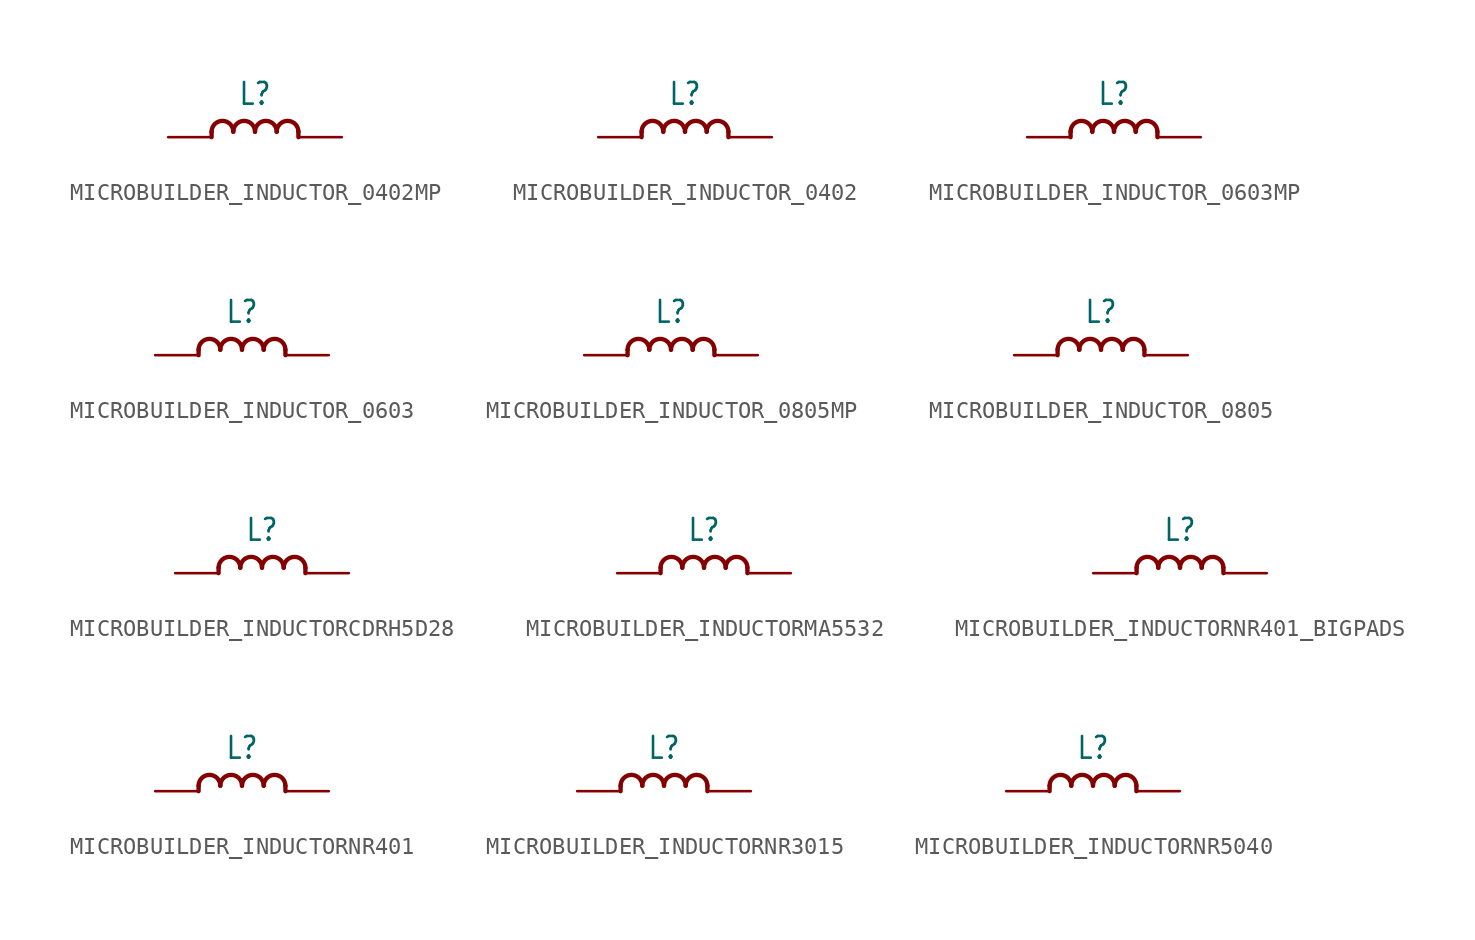
<source format=kicad_sym>
(kicad_symbol_lib
  (version 20220914)
  (generator kicad_symbol_editor)
  (symbol "MICROBUILDER_INDUCTOR_0402MP"
    (property "Reference" "L"
      (at 0 2.54 0)
      (effects (font (size 1.27 1.079))))
    (property "Value" ""
      (at 0 -1.54 0)
      (effects (font (size 1.27 1.079))))
    (property "ki_locked" ""
      (at 0 0 0)
      (effects (font (size 1.27 1.27))))
    (symbol "MICROBUILDER_INDUCTOR_0402MP_1_0"
      (arc (start -1.27 0.3173) (mid -1.9049 0.9497) (end -2.54 0.3175) (stroke (width 0.254) (type solid)) (fill (type none)))
      (polyline (pts (xy -2.54 0.318) (xy -2.54 0)) (stroke (width 0.254) (type solid)) (fill (type none)))
      (polyline (pts (xy 2.54 0.318) (xy 2.54 0)) (stroke (width 0.254) (type solid)) (fill (type none)))
      (arc (start 0 0.3173) (mid -0.6349 0.9497) (end -1.27 0.3175) (stroke (width 0.254) (type solid)) (fill (type none)))
      (arc (start 1.27 0.3173) (mid 0.6351 0.9497) (end 0 0.3175) (stroke (width 0.254) (type solid)) (fill (type none)))
      (arc (start 2.54 0.3173) (mid 1.9051 0.9497) (end 1.27 0.3175) (stroke (width 0.254) (type solid)) (fill (type none)))
      (pin passive line (at -5.08 0 0) (length 2.54) (name "1" (effects (font (size 0 0)))) (number "1" (effects (font (size 0 0)))))
      (pin passive line (at 5.08 0 180) (length 2.54) (name "2" (effects (font (size 0 0)))) (number "2" (effects (font (size 0 0)))))))
  (symbol "MICROBUILDER_INDUCTOR_0402"
    (property "Reference" "L"
      (at 0 2.54 0)
      (effects (font (size 1.27 1.079))))
    (property "Value" ""
      (at 0 -1.54 0)
      (effects (font (size 1.27 1.079))))
    (property "ki_locked" ""
      (at 0 0 0)
      (effects (font (size 1.27 1.27))))
    (symbol "MICROBUILDER_INDUCTOR_0402_1_0"
      (arc (start -1.27 0.3173) (mid -1.9049 0.9497) (end -2.54 0.3175) (stroke (width 0.254) (type solid)) (fill (type none)))
      (polyline (pts (xy -2.54 0.318) (xy -2.54 0)) (stroke (width 0.254) (type solid)) (fill (type none)))
      (polyline (pts (xy 2.54 0.318) (xy 2.54 0)) (stroke (width 0.254) (type solid)) (fill (type none)))
      (arc (start 0 0.3173) (mid -0.6349 0.9497) (end -1.27 0.3175) (stroke (width 0.254) (type solid)) (fill (type none)))
      (arc (start 1.27 0.3173) (mid 0.6351 0.9497) (end 0 0.3175) (stroke (width 0.254) (type solid)) (fill (type none)))
      (arc (start 2.54 0.3173) (mid 1.9051 0.9497) (end 1.27 0.3175) (stroke (width 0.254) (type solid)) (fill (type none)))
      (pin passive line (at -5.08 0 0) (length 2.54) (name "1" (effects (font (size 0 0)))) (number "1" (effects (font (size 0 0)))))
      (pin passive line (at 5.08 0 180) (length 2.54) (name "2" (effects (font (size 0 0)))) (number "2" (effects (font (size 0 0)))))))
  (symbol "MICROBUILDER_INDUCTOR_0603MP"
    (property "Reference" "L"
      (at 0 2.54 0)
      (effects (font (size 1.27 1.079))))
    (property "Value" ""
      (at 0 -1.54 0)
      (effects (font (size 1.27 1.079))))
    (property "ki_locked" ""
      (at 0 0 0)
      (effects (font (size 1.27 1.27))))
    (symbol "MICROBUILDER_INDUCTOR_0603MP_1_0"
      (arc (start -1.27 0.3173) (mid -1.9049 0.9497) (end -2.54 0.3175) (stroke (width 0.254) (type solid)) (fill (type none)))
      (polyline (pts (xy -2.54 0.318) (xy -2.54 0)) (stroke (width 0.254) (type solid)) (fill (type none)))
      (polyline (pts (xy 2.54 0.318) (xy 2.54 0)) (stroke (width 0.254) (type solid)) (fill (type none)))
      (arc (start 0 0.3173) (mid -0.6349 0.9497) (end -1.27 0.3175) (stroke (width 0.254) (type solid)) (fill (type none)))
      (arc (start 1.27 0.3173) (mid 0.6351 0.9497) (end 0 0.3175) (stroke (width 0.254) (type solid)) (fill (type none)))
      (arc (start 2.54 0.3173) (mid 1.9051 0.9497) (end 1.27 0.3175) (stroke (width 0.254) (type solid)) (fill (type none)))
      (pin passive line (at -5.08 0 0) (length 2.54) (name "1" (effects (font (size 0 0)))) (number "1" (effects (font (size 0 0)))))
      (pin passive line (at 5.08 0 180) (length 2.54) (name "2" (effects (font (size 0 0)))) (number "2" (effects (font (size 0 0)))))))
  (symbol "MICROBUILDER_INDUCTOR_0603"
    (property "Reference" "L"
      (at 0 2.54 0)
      (effects (font (size 1.27 1.079))))
    (property "Value" ""
      (at 0 -1.54 0)
      (effects (font (size 1.27 1.079))))
    (property "ki_locked" ""
      (at 0 0 0)
      (effects (font (size 1.27 1.27))))
    (symbol "MICROBUILDER_INDUCTOR_0603_1_0"
      (arc (start -1.27 0.3173) (mid -1.9049 0.9497) (end -2.54 0.3175) (stroke (width 0.254) (type solid)) (fill (type none)))
      (polyline (pts (xy -2.54 0.318) (xy -2.54 0)) (stroke (width 0.254) (type solid)) (fill (type none)))
      (polyline (pts (xy 2.54 0.318) (xy 2.54 0)) (stroke (width 0.254) (type solid)) (fill (type none)))
      (arc (start 0 0.3173) (mid -0.6349 0.9497) (end -1.27 0.3175) (stroke (width 0.254) (type solid)) (fill (type none)))
      (arc (start 1.27 0.3173) (mid 0.6351 0.9497) (end 0 0.3175) (stroke (width 0.254) (type solid)) (fill (type none)))
      (arc (start 2.54 0.3173) (mid 1.9051 0.9497) (end 1.27 0.3175) (stroke (width 0.254) (type solid)) (fill (type none)))
      (pin passive line (at -5.08 0 0) (length 2.54) (name "1" (effects (font (size 0 0)))) (number "1" (effects (font (size 0 0)))))
      (pin passive line (at 5.08 0 180) (length 2.54) (name "2" (effects (font (size 0 0)))) (number "2" (effects (font (size 0 0)))))))
  (symbol "MICROBUILDER_INDUCTOR_0805MP"
    (property "Reference" "L"
      (at 0 2.54 0)
      (effects (font (size 1.27 1.079))))
    (property "Value" ""
      (at 0 -1.54 0)
      (effects (font (size 1.27 1.079))))
    (property "ki_locked" ""
      (at 0 0 0)
      (effects (font (size 1.27 1.27))))
    (symbol "MICROBUILDER_INDUCTOR_0805MP_1_0"
      (arc (start -1.27 0.3173) (mid -1.9049 0.9497) (end -2.54 0.3175) (stroke (width 0.254) (type solid)) (fill (type none)))
      (polyline (pts (xy -2.54 0.318) (xy -2.54 0)) (stroke (width 0.254) (type solid)) (fill (type none)))
      (polyline (pts (xy 2.54 0.318) (xy 2.54 0)) (stroke (width 0.254) (type solid)) (fill (type none)))
      (arc (start 0 0.3173) (mid -0.6349 0.9497) (end -1.27 0.3175) (stroke (width 0.254) (type solid)) (fill (type none)))
      (arc (start 1.27 0.3173) (mid 0.6351 0.9497) (end 0 0.3175) (stroke (width 0.254) (type solid)) (fill (type none)))
      (arc (start 2.54 0.3173) (mid 1.9051 0.9497) (end 1.27 0.3175) (stroke (width 0.254) (type solid)) (fill (type none)))
      (pin passive line (at -5.08 0 0) (length 2.54) (name "1" (effects (font (size 0 0)))) (number "1" (effects (font (size 0 0)))))
      (pin passive line (at 5.08 0 180) (length 2.54) (name "2" (effects (font (size 0 0)))) (number "2" (effects (font (size 0 0)))))))
  (symbol "MICROBUILDER_INDUCTOR_0805"
    (property "Reference" "L"
      (at 0 2.54 0)
      (effects (font (size 1.27 1.079))))
    (property "Value" ""
      (at 0 -1.54 0)
      (effects (font (size 1.27 1.079))))
    (property "ki_locked" ""
      (at 0 0 0)
      (effects (font (size 1.27 1.27))))
    (symbol "MICROBUILDER_INDUCTOR_0805_1_0"
      (arc (start -1.27 0.3173) (mid -1.9049 0.9497) (end -2.54 0.3175) (stroke (width 0.254) (type solid)) (fill (type none)))
      (polyline (pts (xy -2.54 0.318) (xy -2.54 0)) (stroke (width 0.254) (type solid)) (fill (type none)))
      (polyline (pts (xy 2.54 0.318) (xy 2.54 0)) (stroke (width 0.254) (type solid)) (fill (type none)))
      (arc (start 0 0.3173) (mid -0.6349 0.9497) (end -1.27 0.3175) (stroke (width 0.254) (type solid)) (fill (type none)))
      (arc (start 1.27 0.3173) (mid 0.6351 0.9497) (end 0 0.3175) (stroke (width 0.254) (type solid)) (fill (type none)))
      (arc (start 2.54 0.3173) (mid 1.9051 0.9497) (end 1.27 0.3175) (stroke (width 0.254) (type solid)) (fill (type none)))
      (pin passive line (at -5.08 0 0) (length 2.54) (name "1" (effects (font (size 0 0)))) (number "1" (effects (font (size 0 0)))))
      (pin passive line (at 5.08 0 180) (length 2.54) (name "2" (effects (font (size 0 0)))) (number "2" (effects (font (size 0 0)))))))
  (symbol "MICROBUILDER_INDUCTORCDRH5D28"
    (property "Reference" "L"
      (at 0 2.54 0)
      (effects (font (size 1.27 1.079))))
    (property "Value" ""
      (at 0 -1.54 0)
      (effects (font (size 1.27 1.079))))
    (property "ki_locked" ""
      (at 0 0 0)
      (effects (font (size 1.27 1.27))))
    (symbol "MICROBUILDER_INDUCTORCDRH5D28_1_0"
      (arc (start -1.27 0.3173) (mid -1.9049 0.9497) (end -2.54 0.3175) (stroke (width 0.254) (type solid)) (fill (type none)))
      (polyline (pts (xy -2.54 0.318) (xy -2.54 0)) (stroke (width 0.254) (type solid)) (fill (type none)))
      (polyline (pts (xy 2.54 0.318) (xy 2.54 0)) (stroke (width 0.254) (type solid)) (fill (type none)))
      (arc (start 0 0.3173) (mid -0.6349 0.9497) (end -1.27 0.3175) (stroke (width 0.254) (type solid)) (fill (type none)))
      (arc (start 1.27 0.3173) (mid 0.6351 0.9497) (end 0 0.3175) (stroke (width 0.254) (type solid)) (fill (type none)))
      (arc (start 2.54 0.3173) (mid 1.9051 0.9497) (end 1.27 0.3175) (stroke (width 0.254) (type solid)) (fill (type none)))
      (pin passive line (at -5.08 0 0) (length 2.54) (name "1" (effects (font (size 0 0)))) (number "P$1" (effects (font (size 0 0)))))
      (pin passive line (at 5.08 0 180) (length 2.54) (name "2" (effects (font (size 0 0)))) (number "P$2" (effects (font (size 0 0)))))))
  (symbol "MICROBUILDER_INDUCTORMA5532"
    (property "Reference" "L"
      (at 0 2.54 0)
      (effects (font (size 1.27 1.079))))
    (property "Value" ""
      (at 0 -1.54 0)
      (effects (font (size 1.27 1.079))))
    (property "ki_locked" ""
      (at 0 0 0)
      (effects (font (size 1.27 1.27))))
    (symbol "MICROBUILDER_INDUCTORMA5532_1_0"
      (arc (start -1.27 0.3173) (mid -1.9049 0.9497) (end -2.54 0.3175) (stroke (width 0.254) (type solid)) (fill (type none)))
      (polyline (pts (xy -2.54 0.318) (xy -2.54 0)) (stroke (width 0.254) (type solid)) (fill (type none)))
      (polyline (pts (xy 2.54 0.318) (xy 2.54 0)) (stroke (width 0.254) (type solid)) (fill (type none)))
      (arc (start 0 0.3173) (mid -0.6349 0.9497) (end -1.27 0.3175) (stroke (width 0.254) (type solid)) (fill (type none)))
      (arc (start 1.27 0.3173) (mid 0.6351 0.9497) (end 0 0.3175) (stroke (width 0.254) (type solid)) (fill (type none)))
      (arc (start 2.54 0.3173) (mid 1.9051 0.9497) (end 1.27 0.3175) (stroke (width 0.254) (type solid)) (fill (type none)))
      (pin passive line (at -5.08 0 0) (length 2.54) (name "1" (effects (font (size 0 0)))) (number "1" (effects (font (size 0 0)))))
      (pin passive line (at 5.08 0 180) (length 2.54) (name "2" (effects (font (size 0 0)))) (number "2" (effects (font (size 0 0)))))))
  (symbol "MICROBUILDER_INDUCTORNR401_BIGPADS"
    (property "Reference" "L"
      (at 0 2.54 0)
      (effects (font (size 1.27 1.079))))
    (property "Value" ""
      (at 0 -1.54 0)
      (effects (font (size 1.27 1.079))))
    (property "ki_locked" ""
      (at 0 0 0)
      (effects (font (size 1.27 1.27))))
    (symbol "MICROBUILDER_INDUCTORNR401_BIGPADS_1_0"
      (arc (start -1.27 0.3173) (mid -1.9049 0.9497) (end -2.54 0.3175) (stroke (width 0.254) (type solid)) (fill (type none)))
      (polyline (pts (xy -2.54 0.318) (xy -2.54 0)) (stroke (width 0.254) (type solid)) (fill (type none)))
      (polyline (pts (xy 2.54 0.318) (xy 2.54 0)) (stroke (width 0.254) (type solid)) (fill (type none)))
      (arc (start 0 0.3173) (mid -0.6349 0.9497) (end -1.27 0.3175) (stroke (width 0.254) (type solid)) (fill (type none)))
      (arc (start 1.27 0.3173) (mid 0.6351 0.9497) (end 0 0.3175) (stroke (width 0.254) (type solid)) (fill (type none)))
      (arc (start 2.54 0.3173) (mid 1.9051 0.9497) (end 1.27 0.3175) (stroke (width 0.254) (type solid)) (fill (type none)))
      (pin passive line (at -5.08 0 0) (length 2.54) (name "1" (effects (font (size 0 0)))) (number "P$1" (effects (font (size 0 0)))))
      (pin passive line (at 5.08 0 180) (length 2.54) (name "2" (effects (font (size 0 0)))) (number "P$2" (effects (font (size 0 0)))))))
  (symbol "MICROBUILDER_INDUCTORNR401"
    (property "Reference" "L"
      (at 0 2.54 0)
      (effects (font (size 1.27 1.079))))
    (property "Value" ""
      (at 0 -1.54 0)
      (effects (font (size 1.27 1.079))))
    (property "ki_locked" ""
      (at 0 0 0)
      (effects (font (size 1.27 1.27))))
    (symbol "MICROBUILDER_INDUCTORNR401_1_0"
      (arc (start -1.27 0.3173) (mid -1.9049 0.9497) (end -2.54 0.3175) (stroke (width 0.254) (type solid)) (fill (type none)))
      (polyline (pts (xy -2.54 0.318) (xy -2.54 0)) (stroke (width 0.254) (type solid)) (fill (type none)))
      (polyline (pts (xy 2.54 0.318) (xy 2.54 0)) (stroke (width 0.254) (type solid)) (fill (type none)))
      (arc (start 0 0.3173) (mid -0.6349 0.9497) (end -1.27 0.3175) (stroke (width 0.254) (type solid)) (fill (type none)))
      (arc (start 1.27 0.3173) (mid 0.6351 0.9497) (end 0 0.3175) (stroke (width 0.254) (type solid)) (fill (type none)))
      (arc (start 2.54 0.3173) (mid 1.9051 0.9497) (end 1.27 0.3175) (stroke (width 0.254) (type solid)) (fill (type none)))
      (pin passive line (at -5.08 0 0) (length 2.54) (name "1" (effects (font (size 0 0)))) (number "P$1" (effects (font (size 0 0)))))
      (pin passive line (at 5.08 0 180) (length 2.54) (name "2" (effects (font (size 0 0)))) (number "P$2" (effects (font (size 0 0)))))))
  (symbol "MICROBUILDER_INDUCTORNR3015"
    (property "Reference" "L"
      (at 0 2.54 0)
      (effects (font (size 1.27 1.079))))
    (property "Value" ""
      (at 0 -1.54 0)
      (effects (font (size 1.27 1.079))))
    (property "ki_locked" ""
      (at 0 0 0)
      (effects (font (size 1.27 1.27))))
    (symbol "MICROBUILDER_INDUCTORNR3015_1_0"
      (arc (start -1.27 0.3173) (mid -1.9049 0.9497) (end -2.54 0.3175) (stroke (width 0.254) (type solid)) (fill (type none)))
      (polyline (pts (xy -2.54 0.318) (xy -2.54 0)) (stroke (width 0.254) (type solid)) (fill (type none)))
      (polyline (pts (xy 2.54 0.318) (xy 2.54 0)) (stroke (width 0.254) (type solid)) (fill (type none)))
      (arc (start 0 0.3173) (mid -0.6349 0.9497) (end -1.27 0.3175) (stroke (width 0.254) (type solid)) (fill (type none)))
      (arc (start 1.27 0.3173) (mid 0.6351 0.9497) (end 0 0.3175) (stroke (width 0.254) (type solid)) (fill (type none)))
      (arc (start 2.54 0.3173) (mid 1.9051 0.9497) (end 1.27 0.3175) (stroke (width 0.254) (type solid)) (fill (type none)))
      (pin passive line (at -5.08 0 0) (length 2.54) (name "1" (effects (font (size 0 0)))) (number "P$1" (effects (font (size 0 0)))))
      (pin passive line (at 5.08 0 180) (length 2.54) (name "2" (effects (font (size 0 0)))) (number "P$2" (effects (font (size 0 0)))))))
  (symbol "MICROBUILDER_INDUCTORNR5040"
    (property "Reference" "L"
      (at 0 2.54 0)
      (effects (font (size 1.27 1.079))))
    (property "Value" ""
      (at 0 -1.54 0)
      (effects (font (size 1.27 1.079))))
    (property "ki_locked" ""
      (at 0 0 0)
      (effects (font (size 1.27 1.27))))
    (symbol "MICROBUILDER_INDUCTORNR5040_1_0"
      (arc (start -1.27 0.3173) (mid -1.9049 0.9497) (end -2.54 0.3175) (stroke (width 0.254) (type solid)) (fill (type none)))
      (polyline (pts (xy -2.54 0.318) (xy -2.54 0)) (stroke (width 0.254) (type solid)) (fill (type none)))
      (polyline (pts (xy 2.54 0.318) (xy 2.54 0)) (stroke (width 0.254) (type solid)) (fill (type none)))
      (arc (start 0 0.3173) (mid -0.6349 0.9497) (end -1.27 0.3175) (stroke (width 0.254) (type solid)) (fill (type none)))
      (arc (start 1.27 0.3173) (mid 0.6351 0.9497) (end 0 0.3175) (stroke (width 0.254) (type solid)) (fill (type none)))
      (arc (start 2.54 0.3173) (mid 1.9051 0.9497) (end 1.27 0.3175) (stroke (width 0.254) (type solid)) (fill (type none)))
      (pin passive line (at -5.08 0 0) (length 2.54) (name "1" (effects (font (size 0 0)))) (number "P$1" (effects (font (size 0 0)))))
      (pin passive line (at 5.08 0 180) (length 2.54) (name "2" (effects (font (size 0 0)))) (number "P$2" (effects (font (size 0 0))))))))
</source>
